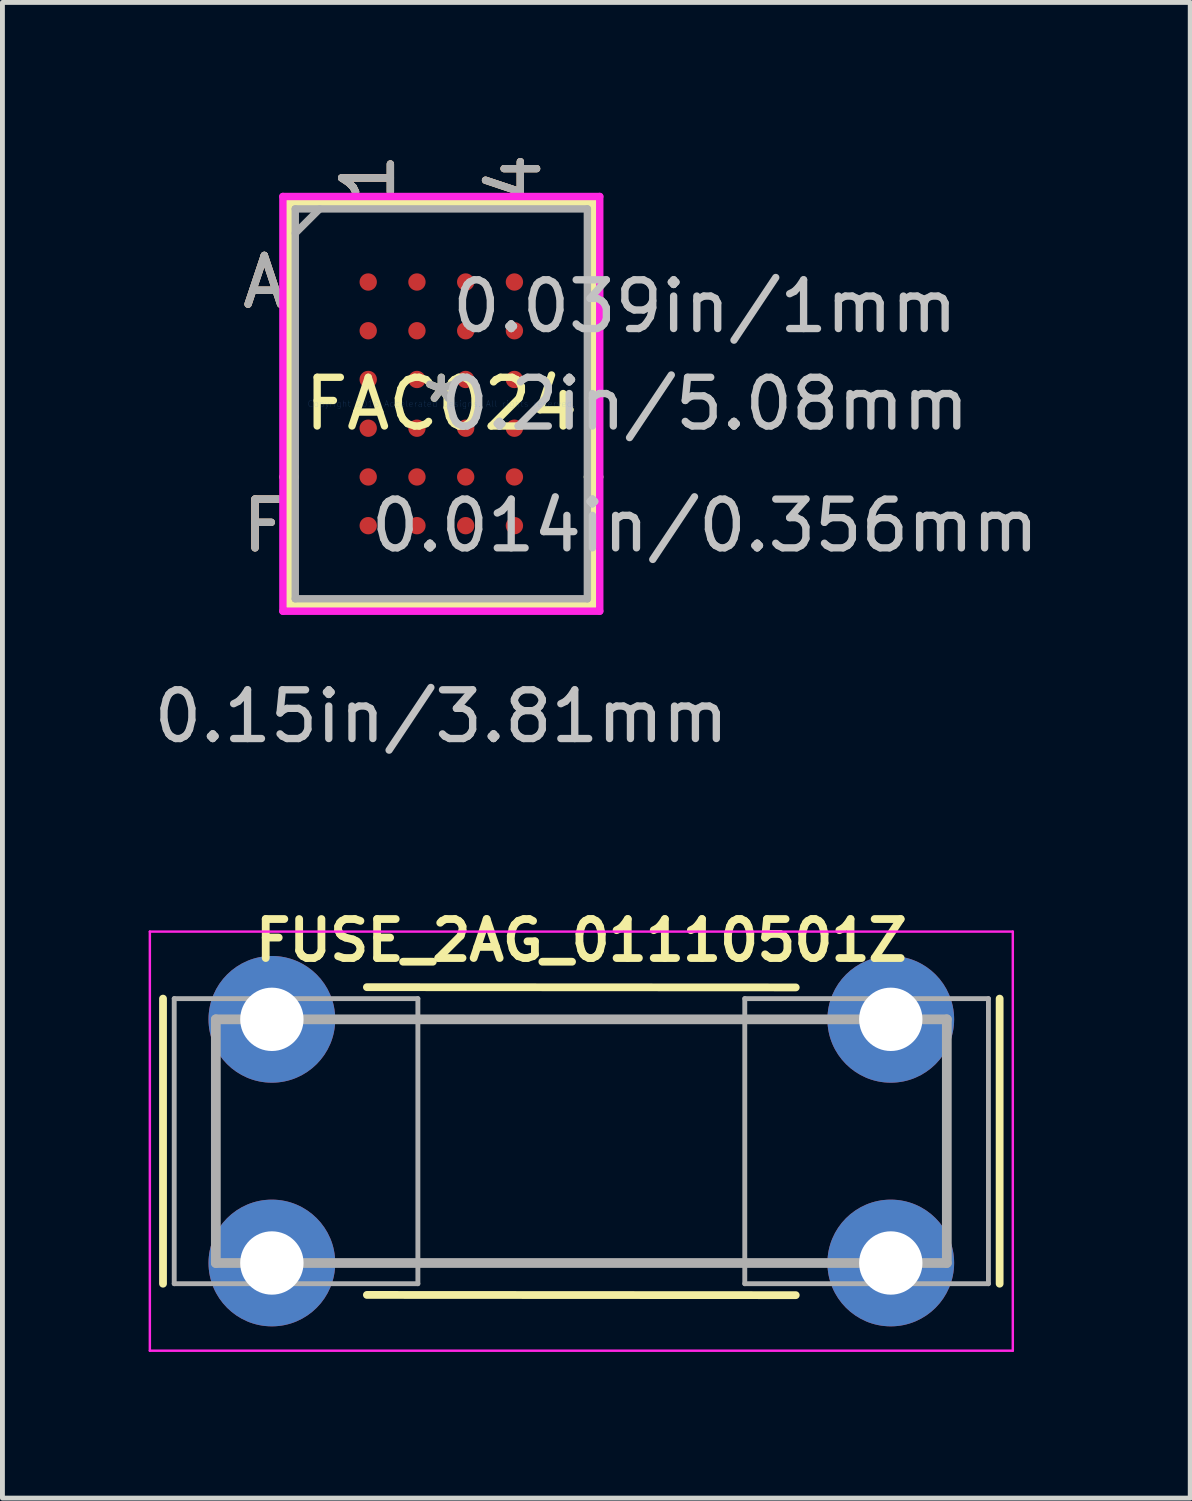
<source format=kicad_pcb>
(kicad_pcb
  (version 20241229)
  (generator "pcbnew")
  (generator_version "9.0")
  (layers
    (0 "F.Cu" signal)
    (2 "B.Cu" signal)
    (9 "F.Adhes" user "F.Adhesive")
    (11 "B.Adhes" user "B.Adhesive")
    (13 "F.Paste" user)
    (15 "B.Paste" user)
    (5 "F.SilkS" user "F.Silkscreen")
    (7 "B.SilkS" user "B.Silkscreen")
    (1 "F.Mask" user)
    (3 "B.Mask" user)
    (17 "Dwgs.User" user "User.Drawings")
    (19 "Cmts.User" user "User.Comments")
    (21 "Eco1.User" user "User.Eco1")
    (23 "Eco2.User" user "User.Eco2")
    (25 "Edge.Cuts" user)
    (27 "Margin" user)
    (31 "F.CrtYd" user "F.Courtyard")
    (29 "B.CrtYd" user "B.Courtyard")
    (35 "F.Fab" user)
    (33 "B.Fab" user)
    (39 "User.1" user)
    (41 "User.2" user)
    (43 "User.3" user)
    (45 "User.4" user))
  (footprint "FUSE_2AG_01110501Z"
    (layer "F.Cu")
    (at 8.879 20.367)
    (property "Reference" "FUSE_2AG_01110501Z" (at 0 -4.12 0) (layer "F.SilkS") (effects (font (size 0.8 0.8) (thickness 0.16))))
    (attr through_hole)
    (fp_line (start -8.584 -2.925) (end -8.584 2.925) (stroke (width 0.16) (type solid)) (layer "F.SilkS"))
    (fp_line (start -4.4 -3.16) (end 4.4 -3.155) (stroke (width 0.16) (type solid)) (layer "F.SilkS"))
    (fp_line (start 4.4 3.16) (end -4.4 3.155) (stroke (width 0.16) (type solid)) (layer "F.SilkS"))
    (fp_line (start 8.584 2.925) (end 8.584 -2.925) (stroke (width 0.16) (type solid)) (layer "F.SilkS"))
    (fp_line (start -8.854 -4.3) (end -8.854 4.3) (stroke (width 0.05) (type solid)) (layer "F.CrtYd"))
    (fp_line (start -8.854 -4.3) (end 8.854 -4.3) (stroke (width 0.05) (type solid)) (layer "F.CrtYd"))
    (fp_line (start 8.854 4.3) (end -8.854 4.3) (stroke (width 0.05) (type solid)) (layer "F.CrtYd"))
    (fp_line (start 8.854 4.3) (end 8.854 -4.3) (stroke (width 0.05) (type solid)) (layer "F.CrtYd"))
    (fp_line (start -8.354 -2.925) (end -8.354 2.925) (stroke (width 0.1) (type solid)) (layer "F.Fab"))
    (fp_line (start -8.354 -2.925) (end -3.354 -2.925) (stroke (width 0.1) (type solid)) (layer "F.Fab"))
    (fp_line (start -8.354 2.925) (end -3.354 2.925) (stroke (width 0.1) (type solid)) (layer "F.Fab"))
    (fp_line (start -7.5 -2.5) (end 7.5 -2.5) (stroke (width 0.2) (type solid)) (layer "F.Fab"))
    (fp_line (start -7.5 2.5) (end -7.5 -2.5) (stroke (width 0.2) (type solid)) (layer "F.Fab"))
    (fp_line (start -3.354 -2.925) (end -3.354 2.925) (stroke (width 0.1) (type solid)) (layer "F.Fab"))
    (fp_line (start 3.354 2.925) (end 3.354 -2.925) (stroke (width 0.1) (type solid)) (layer "F.Fab"))
    (fp_line (start 7.5 2.5) (end -7.5 2.5) (stroke (width 0.2) (type solid)) (layer "F.Fab"))
    (fp_line (start 7.5 2.5) (end 7.5 -2.5) (stroke (width 0.2) (type solid)) (layer "F.Fab"))
    (fp_line (start 8.354 -2.925) (end 3.354 -2.925) (stroke (width 0.1) (type solid)) (layer "F.Fab"))
    (fp_line (start 8.354 2.925) (end 3.354 2.925) (stroke (width 0.1) (type solid)) (layer "F.Fab"))
    (fp_line (start 8.354 2.925) (end 8.354 -2.925) (stroke (width 0.1) (type solid)) (layer "F.Fab"))
    (pad "1" thru_hole circle (at -6.35 -2.5) (size 2.6 2.6) (drill 1.3) (layers "*.Cu" "*.Mask"))
    (pad "1" thru_hole circle (at -6.35 2.5) (size 2.6 2.6) (drill 1.3) (layers "*.Cu" "*.Mask"))
    (pad "2" thru_hole circle (at 6.35 -2.5) (size 2.6 2.6) (drill 1.3) (layers "*.Cu" "*.Mask"))
    (pad "2" thru_hole circle (at 6.35 2.5) (size 2.6 2.6) (drill 1.3) (layers "*.Cu" "*.Mask")))
  (footprint "FAC024"
    (layer "F.Cu")
    (at 6.006 5.237)
    (property "Reference" "FAC024" (at 0 0 0) (layer "F.SilkS") (effects (font (size 1 1) (thickness 0.15))))
    (attr through_hole)
    (fp_line (start -3.124 -4.128) (end -3.124 4.128) (stroke (width 0.152) (type solid)) (layer "F.SilkS"))
    (fp_line (start -3.124 4.128) (end 3.124 4.128) (stroke (width 0.152) (type solid)) (layer "F.SilkS"))
    (fp_line (start -2.997 1.5) (end -3.251 1.5) (stroke (width 0.152) (type solid)) (layer "F.SilkS"))
    (fp_line (start 2.997 1.5) (end 3.251 1.5) (stroke (width 0.152) (type solid)) (layer "F.SilkS"))
    (fp_line (start 3.124 -4.128) (end -3.124 -4.128) (stroke (width 0.152) (type solid)) (layer "F.SilkS"))
    (fp_line (start 3.124 4.128) (end 3.124 -4.128) (stroke (width 0.152) (type solid)) (layer "F.SilkS"))
    (fp_line (start -3.251 -4.255) (end 3.251 -4.255) (stroke (width 0.152) (type solid)) (layer "F.CrtYd"))
    (fp_line (start -3.251 4.255) (end -3.251 -4.255) (stroke (width 0.152) (type solid)) (layer "F.CrtYd"))
    (fp_line (start 3.251 -4.255) (end 3.251 4.255) (stroke (width 0.152) (type solid)) (layer "F.CrtYd"))
    (fp_line (start 3.251 4.255) (end -3.251 4.255) (stroke (width 0.152) (type solid)) (layer "F.CrtYd"))
    (fp_line (start -2.997 -4) (end -2.997 4) (stroke (width 0.152) (type solid)) (layer "F.Fab"))
    (fp_line (start -2.997 4) (end 2.997 4) (stroke (width 0.152) (type solid)) (layer "F.Fab"))
    (fp_line (start -2.497 -4) (end -2.997 -3.501) (stroke (width 0.152) (type solid)) (layer "F.Fab"))
    (fp_line (start 2.997 -4) (end -2.997 -4) (stroke (width 0.152) (type solid)) (layer "F.Fab"))
    (fp_line (start 2.997 4) (end 2.997 -4) (stroke (width 0.152) (type solid)) (layer "F.Fab"))
    (fp_text user "A" (at -3.632 -2.5 0) (layer "F.SilkS") (effects (font (size 1 1) (thickness 0.15))))
    (fp_text user "F" (at -3.632 2.5 0) (layer "F.SilkS") (effects (font (size 1 1) (thickness 0.15))))
    (fp_text user "1" (at -1.5 -4.636 90) (layer "F.SilkS") (effects (font (size 1 1) (thickness 0.15))))
    (fp_text user "4" (at 1.5 -4.636 90) (layer "F.SilkS") (effects (font (size 1 1) (thickness 0.15))))
    (fp_text user "*" (at 0 0 0) (layer "F.SilkS") (effects (font (size 1 1) (thickness 0.15))))
    (fp_text user "4" (at 1.5 -4.636 90) (layer "B.SilkS") (effects (font (size 1 1) (thickness 0.15))))
    (fp_text user "F" (at -3.632 2.5 0) (layer "B.SilkS") (effects (font (size 1 1) (thickness 0.15))))
    (fp_text user "A" (at -3.632 -2.5 0) (layer "B.SilkS") (effects (font (size 1 1) (thickness 0.15))))
    (fp_text user "1" (at -1.5 -4.636 90) (layer "B.SilkS") (effects (font (size 1 1) (thickness 0.15))))
    (fp_text user "0.2in/5.08mm" (at 5.41 0 0) (layer "Dwgs.User") (effects (font (size 1 1) (thickness 0.15))))
    (fp_text user "0.014in/0.356mm" (at 5.41 2.5 0) (layer "Dwgs.User") (effects (font (size 1 1) (thickness 0.15))))
    (fp_text user "0.15in/3.81mm" (at 0 6.413 0) (layer "Dwgs.User") (effects (font (size 1 1) (thickness 0.15))))
    (fp_text user "0.039in/1mm" (at 5.41 -2 0) (layer "Dwgs.User") (effects (font (size 1 1) (thickness 0.15))))
    (fp_text user "Copyright 2016 Accelerated Designs. All rights reserved." (at 0 0 0) (layer "Cmts.User") (effects (font (size 0.127 0.127) (thickness 0.002))))
    (fp_text user "*" (at 0 0 0) (layer "F.Fab") (effects (font (size 1 1) (thickness 0.15))))
    (fp_text user "A" (at -3.632 -2.5 0) (layer "F.Fab") (effects (font (size 1 1) (thickness 0.15))))
    (fp_text user "4" (at 1.5 -4.636 90) (layer "F.Fab") (effects (font (size 1 1) (thickness 0.15))))
    (fp_text user "F" (at -3.632 2.5 0) (layer "F.Fab") (effects (font (size 1 1) (thickness 0.15))))
    (fp_text user "1" (at -1.5 -4.636 90) (layer "F.Fab") (effects (font (size 1 1) (thickness 0.15))))
    (pad "A1" smd circle (at -1.5 -2.5) (size 0.356 0.356) (layers "F.Cu" "F.Mask" "F.Paste"))
    (pad "A2" smd circle (at -0.5 -2.5) (size 0.356 0.356) (layers "F.Cu" "F.Mask" "F.Paste"))
    (pad "A3" smd circle (at 0.5 -2.5) (size 0.356 0.356) (layers "F.Cu" "F.Mask" "F.Paste"))
    (pad "A4" smd circle (at 1.5 -2.5) (size 0.356 0.356) (layers "F.Cu" "F.Mask" "F.Paste"))
    (pad "B1" smd circle (at -1.5 -1.5) (size 0.356 0.356) (layers "F.Cu" "F.Mask" "F.Paste"))
    (pad "B2" smd circle (at -0.5 -1.5) (size 0.356 0.356) (layers "F.Cu" "F.Mask" "F.Paste"))
    (pad "B3" smd circle (at 0.5 -1.5) (size 0.356 0.356) (layers "F.Cu" "F.Mask" "F.Paste"))
    (pad "B4" smd circle (at 1.5 -1.5) (size 0.356 0.356) (layers "F.Cu" "F.Mask" "F.Paste"))
    (pad "C1" smd circle (at -1.5 -0.5) (size 0.356 0.356) (layers "F.Cu" "F.Mask" "F.Paste"))
    (pad "C2" smd circle (at -0.5 -0.5) (size 0.356 0.356) (layers "F.Cu" "F.Mask" "F.Paste"))
    (pad "C3" smd circle (at 0.5 -0.5) (size 0.356 0.356) (layers "F.Cu" "F.Mask" "F.Paste"))
    (pad "C4" smd circle (at 1.5 -0.5) (size 0.356 0.356) (layers "F.Cu" "F.Mask" "F.Paste"))
    (pad "D1" smd circle (at -1.5 0.5) (size 0.356 0.356) (layers "F.Cu" "F.Mask" "F.Paste"))
    (pad "D2" smd circle (at -0.5 0.5) (size 0.356 0.356) (layers "F.Cu" "F.Mask" "F.Paste"))
    (pad "D3" smd circle (at 0.5 0.5) (size 0.356 0.356) (layers "F.Cu" "F.Mask" "F.Paste"))
    (pad "D4" smd circle (at 1.5 0.5) (size 0.356 0.356) (layers "F.Cu" "F.Mask" "F.Paste"))
    (pad "E1" smd circle (at -1.5 1.5) (size 0.356 0.356) (layers "F.Cu" "F.Mask" "F.Paste"))
    (pad "E2" smd circle (at -0.5 1.5) (size 0.356 0.356) (layers "F.Cu" "F.Mask" "F.Paste"))
    (pad "E3" smd circle (at 0.5 1.5) (size 0.356 0.356) (layers "F.Cu" "F.Mask" "F.Paste"))
    (pad "E4" smd circle (at 1.5 1.5) (size 0.356 0.356) (layers "F.Cu" "F.Mask" "F.Paste"))
    (pad "F1" smd circle (at -1.5 2.5) (size 0.356 0.356) (layers "F.Cu" "F.Mask" "F.Paste"))
    (pad "F2" smd circle (at -0.5 2.5) (size 0.356 0.356) (layers "F.Cu" "F.Mask" "F.Paste"))
    (pad "F3" smd circle (at 0.5 2.5) (size 0.356 0.356) (layers "F.Cu" "F.Mask" "F.Paste"))
    (pad "F4" smd circle (at 1.5 2.5) (size 0.356 0.356) (layers "F.Cu" "F.Mask" "F.Paste")))
  (gr_rect
    (start -3 -3)
    (end 21.374 27.692)
    (stroke (width 0.1) (type default))
    (fill no)
    (layer "Edge.Cuts")))
</source>
